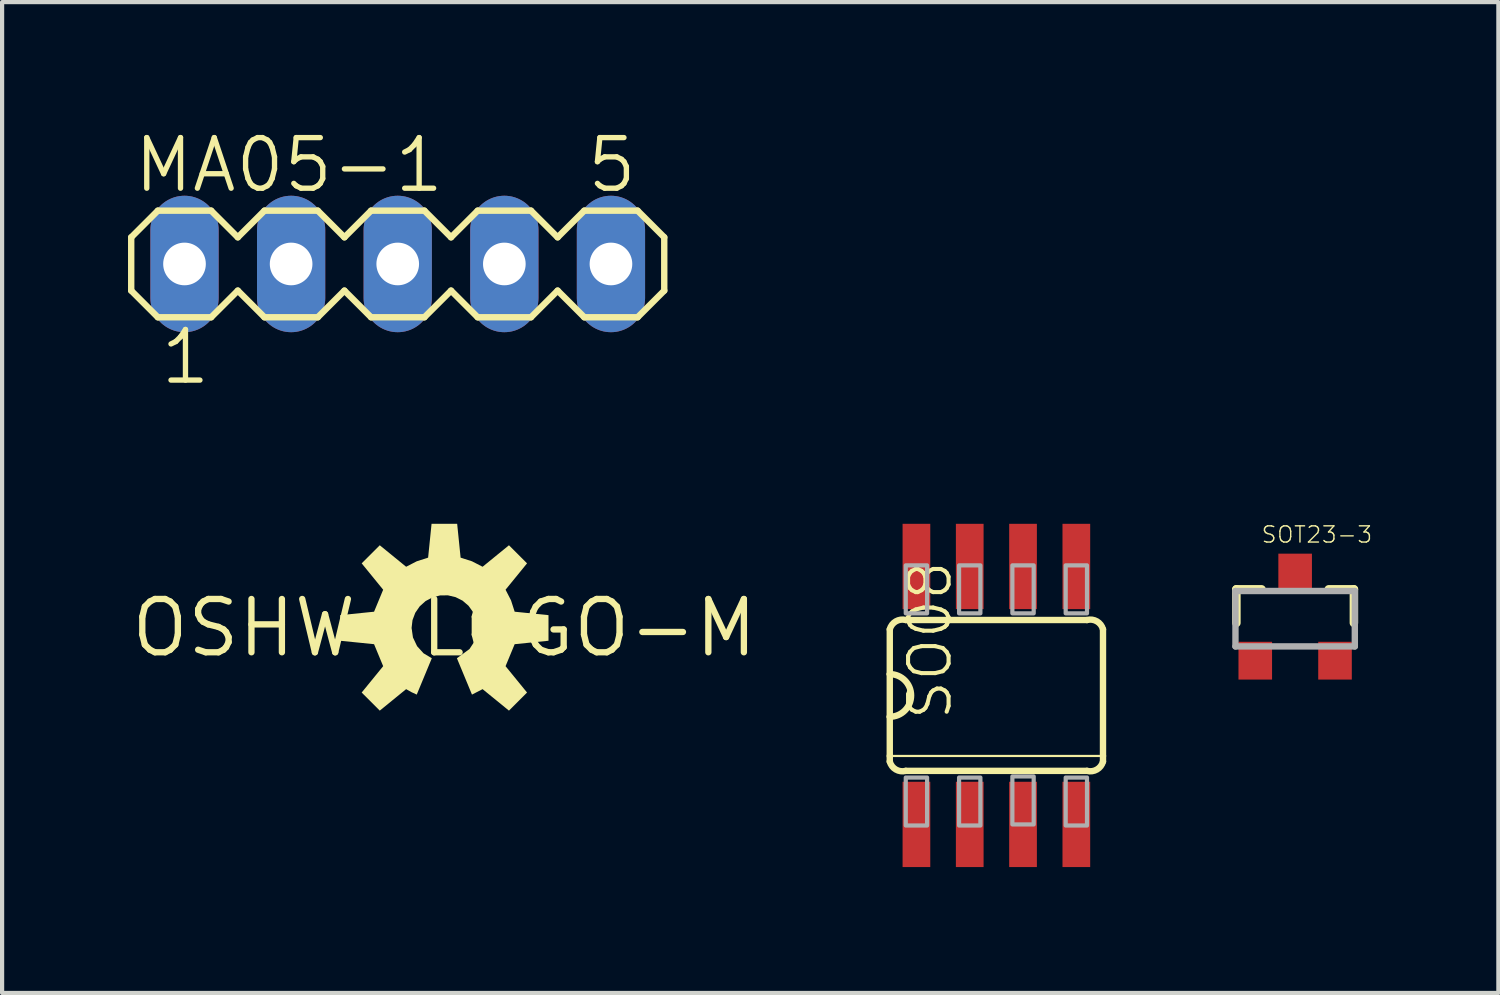
<source format=kicad_pcb>
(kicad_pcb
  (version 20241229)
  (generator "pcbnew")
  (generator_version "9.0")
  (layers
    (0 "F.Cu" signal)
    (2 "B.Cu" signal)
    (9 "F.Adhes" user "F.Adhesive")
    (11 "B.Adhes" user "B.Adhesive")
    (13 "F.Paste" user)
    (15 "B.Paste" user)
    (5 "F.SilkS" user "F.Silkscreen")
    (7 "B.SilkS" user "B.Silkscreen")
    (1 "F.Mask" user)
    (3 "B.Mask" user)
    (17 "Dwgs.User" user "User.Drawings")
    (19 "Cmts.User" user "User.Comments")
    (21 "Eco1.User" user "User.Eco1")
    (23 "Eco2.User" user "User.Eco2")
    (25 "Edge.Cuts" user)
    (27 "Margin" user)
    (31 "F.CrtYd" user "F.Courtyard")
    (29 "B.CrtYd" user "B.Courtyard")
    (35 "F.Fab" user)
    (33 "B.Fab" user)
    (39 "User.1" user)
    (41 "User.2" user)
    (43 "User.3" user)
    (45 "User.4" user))
  (footprint "OSHW-LOGO-M"
    (layer "F.Cu")
    (at 7.537 11.911)
    (property "Reference" "OSHW-LOGO-M" (at 0 0 0) (layer "F.SilkS") (effects (font (size 1.27 1.27) (thickness 0.15))))
    (attr through_hole)
    (fp_poly (pts (xy 0.658 1.588) (xy 0.911 1.458) (xy 1.539 1.97) (xy 1.97 1.539) (xy 1.458 0.911) (xy 1.675 0.387) (xy 2.481 0.305) (xy 2.481 -0.305) (xy 1.675 -0.387) (xy 1.588 -0.658) (xy 1.458 -0.911) (xy 1.97 -1.539) (xy 1.539 -1.97) (xy 0.911 -1.458) (xy 0.658 -1.588) (xy 0.387 -1.675) (xy 0.305 -2.481) (xy -0.305 -2.481) (xy -0.387 -1.675) (xy -0.658 -1.588) (xy -0.911 -1.458) (xy -1.539 -1.97) (xy -1.97 -1.539) (xy -1.458 -0.911) (xy -1.675 -0.387) (xy -2.481 -0.305) (xy -2.481 0.305) (xy -1.675 0.387) (xy -1.458 0.911) (xy -1.97 1.539) (xy -1.539 1.97) (xy -0.911 1.458) (xy -0.787 1.528) (xy -0.658 1.588) (xy -0.299 0.722) (xy -0.496 0.604) (xy -0.65 0.434) (xy -0.748 0.227) (xy -0.781 0) (xy -0.759 -0.186) (xy -0.693 -0.361) (xy -0.587 -0.515) (xy -0.448 -0.64) (xy -0.283 -0.728) (xy -0.102 -0.775) (xy 0.085 -0.777) (xy 0.267 -0.734) (xy 0.434 -0.65) (xy 0.576 -0.528) (xy 0.685 -0.376) (xy 0.755 -0.202) (xy 0.781 -0.017) (xy 0.763 0.169) (xy 0.701 0.346) (xy 0.599 0.502) (xy 0.299 0.722)) (stroke (width 0) (type solid)) (fill yes) (layer "F.SilkS")))
  (footprint "SO08"
    (layer "F.Cu")
    (at 20.689 13.519)
    (property "Reference" "SO08" (at -1.016 0.635 90) (layer "F.SilkS") (effects (font (size 0.965 0.965) (thickness 0.097)) (justify left bottom)))
    (attr through_hole)
    (fp_line (start -2.54 -1.575) (end -2.54 -0.508) (stroke (width 0.152) (type solid)) (layer "F.SilkS"))
    (fp_line (start -2.54 -0.508) (end -2.54 0.508) (stroke (width 0.152) (type solid)) (layer "F.SilkS"))
    (fp_line (start -2.54 0.508) (end -2.54 1.442) (stroke (width 0.152) (type solid)) (layer "F.SilkS"))
    (fp_line (start -2.54 1.442) (end -2.54 1.575) (stroke (width 0.152) (type solid)) (layer "F.SilkS"))
    (fp_line (start -2.54 1.442) (end 2.54 1.442) (stroke (width 0.051) (type solid)) (layer "F.SilkS"))
    (fp_line (start -2.159 1.797) (end 2.159 1.797) (stroke (width 0.152) (type solid)) (layer "F.SilkS"))
    (fp_line (start 2.159 -1.797) (end -2.159 -1.797) (stroke (width 0.152) (type solid)) (layer "F.SilkS"))
    (fp_line (start 2.54 1.442) (end 2.54 -1.575) (stroke (width 0.152) (type solid)) (layer "F.SilkS"))
    (fp_line (start 2.54 1.575) (end 2.54 1.442) (stroke (width 0.152) (type solid)) (layer "F.SilkS"))
    (fp_arc (start -2.54 -1.5748) (mid -2.395531 -1.764844) (end -2.158999 -1.797101) (stroke (width 0.1524) (type solid)) (layer "F.SilkS"))
    (fp_arc (start -2.54 -0.508) (mid -2.032 0) (end -2.54 0.508) (stroke (width 0.1524) (type solid)) (layer "F.SilkS"))
    (fp_arc (start -2.158999 1.797101) (mid -2.395531 1.764844) (end -2.54 1.5748) (stroke (width 0.1524) (type solid)) (layer "F.SilkS"))
    (fp_arc (start 2.159 -1.7971) (mid 2.395549 -1.764872) (end 2.540001 -1.574799) (stroke (width 0.1524) (type solid)) (layer "F.SilkS"))
    (fp_arc (start 2.540001 1.574799) (mid 2.395549 1.764872) (end 2.159 1.7971) (stroke (width 0.1524) (type solid)) (layer "F.SilkS"))
    (fp_poly (pts (xy -2.159 -1.956) (xy -1.651 -1.956) (xy -1.651 -3.099) (xy -2.159 -3.099)) (stroke (width 0.1) (type solid)) (fill no) (layer "F.Fab"))
    (fp_poly (pts (xy -2.159 3.099) (xy -1.651 3.099) (xy -1.651 1.956) (xy -2.159 1.956)) (stroke (width 0.1) (type solid)) (fill no) (layer "F.Fab"))
    (fp_poly (pts (xy -0.889 -1.956) (xy -0.381 -1.956) (xy -0.381 -3.099) (xy -0.889 -3.099)) (stroke (width 0.1) (type solid)) (fill no) (layer "F.Fab"))
    (fp_poly (pts (xy -0.889 3.099) (xy -0.381 3.099) (xy -0.381 1.956) (xy -0.889 1.956)) (stroke (width 0.1) (type solid)) (fill no) (layer "F.Fab"))
    (fp_poly (pts (xy 0.381 -1.956) (xy 0.889 -1.956) (xy 0.889 -3.099) (xy 0.381 -3.099)) (stroke (width 0.1) (type solid)) (fill no) (layer "F.Fab"))
    (fp_poly (pts (xy 0.381 3.073) (xy 0.889 3.073) (xy 0.889 1.93) (xy 0.381 1.93)) (stroke (width 0.1) (type solid)) (fill no) (layer "F.Fab"))
    (fp_poly (pts (xy 1.651 -1.956) (xy 2.159 -1.956) (xy 2.159 -3.099) (xy 1.651 -3.099)) (stroke (width 0.1) (type solid)) (fill no) (layer "F.Fab"))
    (fp_poly (pts (xy 1.651 3.099) (xy 2.159 3.099) (xy 2.159 1.956) (xy 1.651 1.956)) (stroke (width 0.1) (type solid)) (fill no) (layer "F.Fab"))
    (pad "1" smd rect (at -1.905 3.073) (size 0.66 2.032) (layers "F.Cu" "F.Mask" "F.Paste"))
    (pad "2" smd rect (at -0.635 3.073) (size 0.66 2.032) (layers "F.Cu" "F.Mask" "F.Paste"))
    (pad "3" smd rect (at 0.635 3.073) (size 0.66 2.032) (layers "F.Cu" "F.Mask" "F.Paste"))
    (pad "4" smd rect (at 1.905 3.073) (size 0.66 2.032) (layers "F.Cu" "F.Mask" "F.Paste"))
    (pad "5" smd rect (at 1.905 -3.073) (size 0.66 2.032) (layers "F.Cu" "F.Mask" "F.Paste"))
    (pad "6" smd rect (at 0.635 -3.073) (size 0.66 2.032) (layers "F.Cu" "F.Mask" "F.Paste"))
    (pad "7" smd rect (at -0.635 -3.073) (size 0.66 2.032) (layers "F.Cu" "F.Mask" "F.Paste"))
    (pad "8" smd rect (at -1.905 -3.073) (size 0.66 2.032) (layers "F.Cu" "F.Mask" "F.Paste")))
  (footprint "MA05-1"
    (layer "F.Cu")
    (at 6.426 3.239)
    (property "Reference" "MA05-1" (at -6.35 -1.651 0) (layer "F.SilkS") (effects (font (size 1.206 1.206) (thickness 0.127)) (justify left bottom)))
    (attr through_hole)
    (fp_line (start -6.35 -0.635) (end -6.35 0.635) (stroke (width 0.152) (type solid)) (layer "F.SilkS"))
    (fp_line (start -6.35 0.635) (end -5.715 1.27) (stroke (width 0.152) (type solid)) (layer "F.SilkS"))
    (fp_line (start -5.715 -1.27) (end -6.35 -0.635) (stroke (width 0.152) (type solid)) (layer "F.SilkS"))
    (fp_line (start -5.715 -1.27) (end -4.445 -1.27) (stroke (width 0.152) (type solid)) (layer "F.SilkS"))
    (fp_line (start -4.445 -1.27) (end -3.81 -0.635) (stroke (width 0.152) (type solid)) (layer "F.SilkS"))
    (fp_line (start -4.445 1.27) (end -5.715 1.27) (stroke (width 0.152) (type solid)) (layer "F.SilkS"))
    (fp_line (start -3.81 -0.635) (end -3.175 -1.27) (stroke (width 0.152) (type solid)) (layer "F.SilkS"))
    (fp_line (start -3.81 0.635) (end -4.445 1.27) (stroke (width 0.152) (type solid)) (layer "F.SilkS"))
    (fp_line (start -3.175 -1.27) (end -1.905 -1.27) (stroke (width 0.152) (type solid)) (layer "F.SilkS"))
    (fp_line (start -3.175 1.27) (end -3.81 0.635) (stroke (width 0.152) (type solid)) (layer "F.SilkS"))
    (fp_line (start -1.905 -1.27) (end -1.27 -0.635) (stroke (width 0.152) (type solid)) (layer "F.SilkS"))
    (fp_line (start -1.905 1.27) (end -3.175 1.27) (stroke (width 0.152) (type solid)) (layer "F.SilkS"))
    (fp_line (start -1.27 -0.635) (end -0.635 -1.27) (stroke (width 0.152) (type solid)) (layer "F.SilkS"))
    (fp_line (start -1.27 0.635) (end -1.905 1.27) (stroke (width 0.152) (type solid)) (layer "F.SilkS"))
    (fp_line (start -0.635 -1.27) (end 0.635 -1.27) (stroke (width 0.152) (type solid)) (layer "F.SilkS"))
    (fp_line (start -0.635 1.27) (end -1.27 0.635) (stroke (width 0.152) (type solid)) (layer "F.SilkS"))
    (fp_line (start 0.635 -1.27) (end 1.27 -0.635) (stroke (width 0.152) (type solid)) (layer "F.SilkS"))
    (fp_line (start 0.635 1.27) (end -0.635 1.27) (stroke (width 0.152) (type solid)) (layer "F.SilkS"))
    (fp_line (start 1.27 0.635) (end 0.635 1.27) (stroke (width 0.152) (type solid)) (layer "F.SilkS"))
    (fp_line (start 1.27 0.635) (end 1.905 1.27) (stroke (width 0.152) (type solid)) (layer "F.SilkS"))
    (fp_line (start 1.905 -1.27) (end 1.27 -0.635) (stroke (width 0.152) (type solid)) (layer "F.SilkS"))
    (fp_line (start 1.905 -1.27) (end 3.175 -1.27) (stroke (width 0.152) (type solid)) (layer "F.SilkS"))
    (fp_line (start 3.175 -1.27) (end 3.81 -0.635) (stroke (width 0.152) (type solid)) (layer "F.SilkS"))
    (fp_line (start 3.175 1.27) (end 1.905 1.27) (stroke (width 0.152) (type solid)) (layer "F.SilkS"))
    (fp_line (start 3.81 -0.635) (end 4.445 -1.27) (stroke (width 0.152) (type solid)) (layer "F.SilkS"))
    (fp_line (start 3.81 0.635) (end 3.175 1.27) (stroke (width 0.152) (type solid)) (layer "F.SilkS"))
    (fp_line (start 4.445 -1.27) (end 5.715 -1.27) (stroke (width 0.152) (type solid)) (layer "F.SilkS"))
    (fp_line (start 4.445 1.27) (end 3.81 0.635) (stroke (width 0.152) (type solid)) (layer "F.SilkS"))
    (fp_line (start 5.715 -1.27) (end 6.35 -0.635) (stroke (width 0.152) (type solid)) (layer "F.SilkS"))
    (fp_line (start 5.715 1.27) (end 4.445 1.27) (stroke (width 0.152) (type solid)) (layer "F.SilkS"))
    (fp_line (start 6.35 -0.635) (end 6.35 0.635) (stroke (width 0.152) (type solid)) (layer "F.SilkS"))
    (fp_line (start 6.35 0.635) (end 5.715 1.27) (stroke (width 0.152) (type solid)) (layer "F.SilkS"))
    (fp_poly (pts (xy -5.334 0.254) (xy -4.826 0.254) (xy -4.826 -0.254) (xy -5.334 -0.254)) (stroke (width 0.1) (type solid)) (fill no) (layer "F.Fab"))
    (fp_poly (pts (xy -2.794 0.254) (xy -2.286 0.254) (xy -2.286 -0.254) (xy -2.794 -0.254)) (stroke (width 0.1) (type solid)) (fill no) (layer "F.Fab"))
    (fp_poly (pts (xy -0.254 0.254) (xy 0.254 0.254) (xy 0.254 -0.254) (xy -0.254 -0.254)) (stroke (width 0.1) (type solid)) (fill no) (layer "F.Fab"))
    (fp_poly (pts (xy 2.286 0.254) (xy 2.794 0.254) (xy 2.794 -0.254) (xy 2.286 -0.254)) (stroke (width 0.1) (type solid)) (fill no) (layer "F.Fab"))
    (fp_poly (pts (xy 4.826 0.254) (xy 5.334 0.254) (xy 5.334 -0.254) (xy 4.826 -0.254)) (stroke (width 0.1) (type solid)) (fill no) (layer "F.Fab"))
    (fp_text user "1" (at -5.715 2.921 0) (layer "F.SilkS") (effects (font (size 1.206 1.206) (thickness 0.127)) (justify left bottom)))
    (fp_text user "5" (at 4.445 -1.651 0) (layer "F.SilkS") (effects (font (size 1.206 1.206) (thickness 0.127)) (justify left bottom)))
    (pad "1" thru_hole oval (at -5.08 0 90) (size 3.251 1.626) (drill 1.016) (layers "*.Cu" "*.Mask"))
    (pad "2" thru_hole oval (at -2.54 0 90) (size 3.251 1.626) (drill 1.016) (layers "*.Cu" "*.Mask"))
    (pad "3" thru_hole oval (at 0 0 90) (size 3.251 1.626) (drill 1.016) (layers "*.Cu" "*.Mask"))
    (pad "4" thru_hole oval (at 2.54 0 90) (size 3.251 1.626) (drill 1.016) (layers "*.Cu" "*.Mask"))
    (pad "5" thru_hole oval (at 5.08 0 90) (size 3.251 1.626) (drill 1.016) (layers "*.Cu" "*.Mask")))
  (footprint "SOT23-3"
    (layer "F.Cu")
    (at 27.807 11.691)
    (property "Reference" "SOT23-3" (at -0.826 -1.778 0) (layer "F.SilkS") (effects (font (size 0.386 0.386) (thickness 0.033)) (justify left bottom)))
    (attr through_hole)
    (fp_line (start -1.4 -0.7) (end -1.4 0.1) (stroke (width 0.203) (type solid)) (layer "F.SilkS"))
    (fp_line (start -0.8 -0.7) (end -1.4 -0.7) (stroke (width 0.203) (type solid)) (layer "F.SilkS"))
    (fp_line (start 0.8 -0.7) (end 1.4 -0.7) (stroke (width 0.203) (type solid)) (layer "F.SilkS"))
    (fp_line (start 1.4 -0.7) (end 1.4 0.1) (stroke (width 0.203) (type solid)) (layer "F.SilkS"))
    (fp_line (start -1.422 -0.66) (end 1.422 -0.66) (stroke (width 0.152) (type solid)) (layer "F.Fab"))
    (fp_line (start -1.422 0.66) (end -1.422 -0.66) (stroke (width 0.152) (type solid)) (layer "F.Fab"))
    (fp_line (start 1.422 -0.66) (end 1.422 0.66) (stroke (width 0.152) (type solid)) (layer "F.Fab"))
    (fp_line (start 1.422 0.66) (end -1.422 0.66) (stroke (width 0.152) (type solid)) (layer "F.Fab"))
    (pad "1" smd rect (at -0.95 1) (size 0.8 0.9) (layers "F.Cu" "F.Mask" "F.Paste"))
    (pad "2" smd rect (at 0.95 1) (size 0.8 0.9) (layers "F.Cu" "F.Mask" "F.Paste"))
    (pad "3" smd rect (at 0 -1.1) (size 0.8 0.9) (layers "F.Cu" "F.Mask" "F.Paste")))
  (gr_rect
    (start -3 -3)
    (end 32.649 20.608)
    (stroke (width 0.1) (type default))
    (fill no)
    (layer "Edge.Cuts")))
</source>
